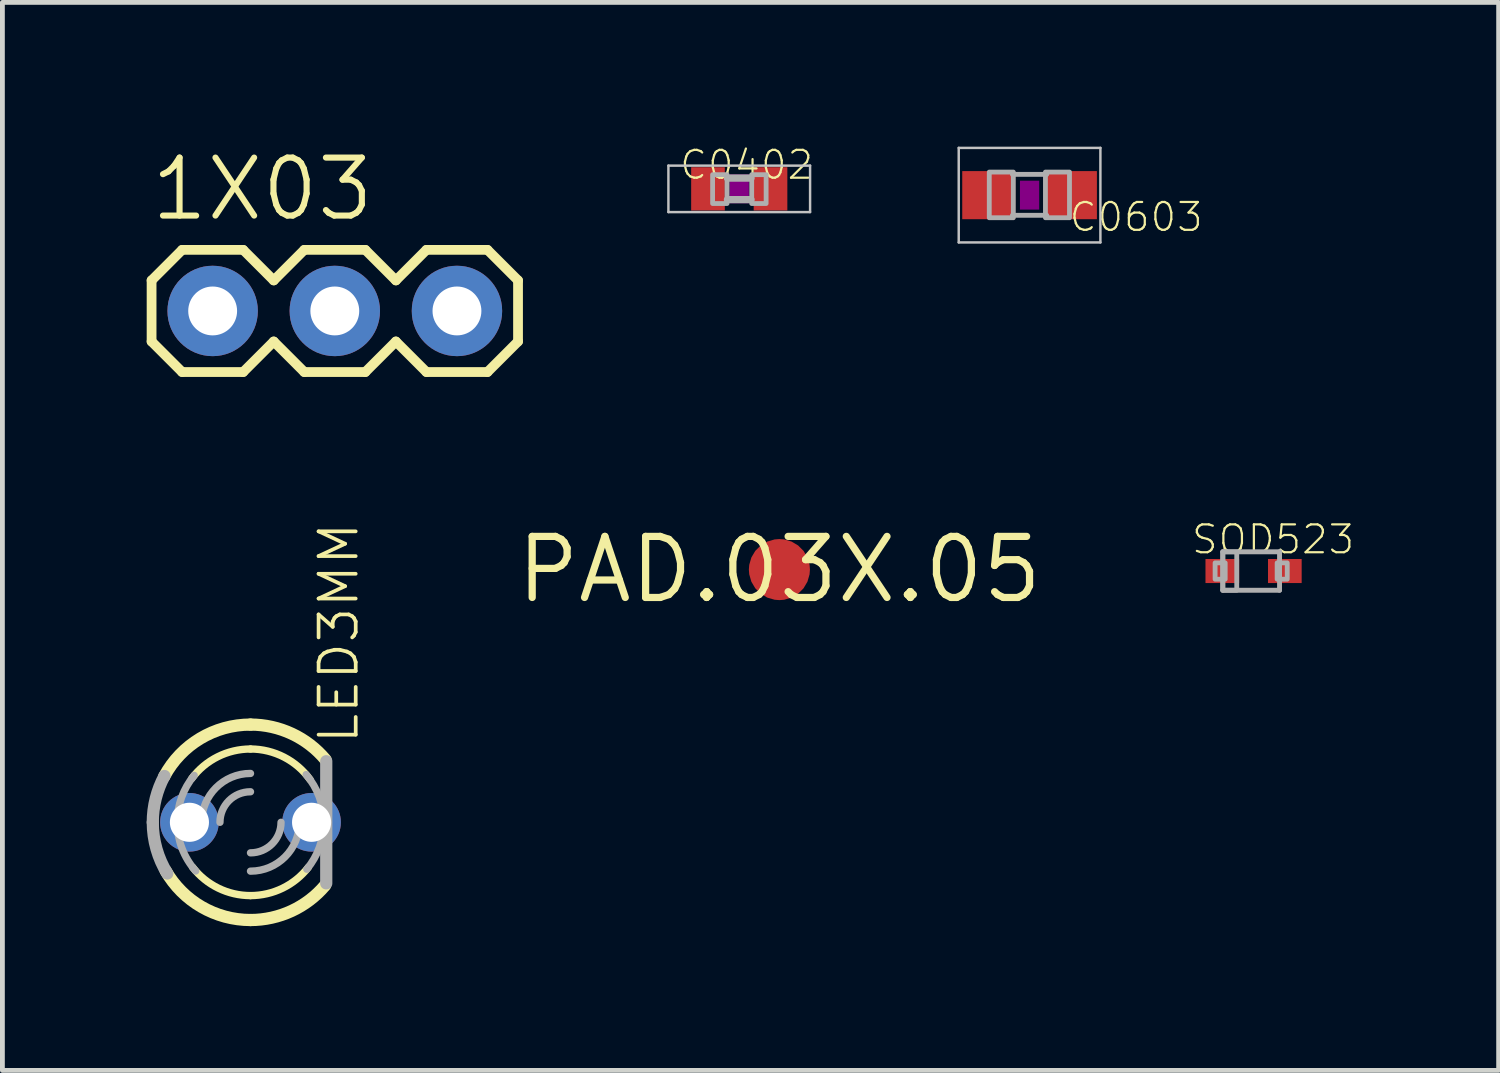
<source format=kicad_pcb>
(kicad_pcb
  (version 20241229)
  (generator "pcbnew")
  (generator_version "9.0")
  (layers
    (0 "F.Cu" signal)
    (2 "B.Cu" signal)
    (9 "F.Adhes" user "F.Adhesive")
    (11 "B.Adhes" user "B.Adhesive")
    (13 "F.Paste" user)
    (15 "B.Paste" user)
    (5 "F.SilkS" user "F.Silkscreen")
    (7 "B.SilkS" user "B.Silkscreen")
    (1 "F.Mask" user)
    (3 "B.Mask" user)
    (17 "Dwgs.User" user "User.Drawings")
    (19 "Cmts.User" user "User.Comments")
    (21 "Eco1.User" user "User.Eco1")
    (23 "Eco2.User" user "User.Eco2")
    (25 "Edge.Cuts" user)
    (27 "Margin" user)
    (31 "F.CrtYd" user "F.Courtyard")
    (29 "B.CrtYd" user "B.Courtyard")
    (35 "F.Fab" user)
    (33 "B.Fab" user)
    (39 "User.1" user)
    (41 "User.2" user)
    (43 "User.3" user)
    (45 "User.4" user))
  (footprint "1X03"
    (layer "F.Cu")
    (at 1.372 3.416)
    (property "Reference" "1X03" (at -1.346 -1.829 0) (layer "F.SilkS") (effects (font (size 1.206 1.206) (thickness 0.127)) (justify left bottom)))
    (attr through_hole)
    (fp_line (start -1.27 -0.635) (end -1.27 0.635) (stroke (width 0.203) (type solid)) (layer "F.SilkS"))
    (fp_line (start -1.27 0.635) (end -0.635 1.27) (stroke (width 0.203) (type solid)) (layer "F.SilkS"))
    (fp_line (start -0.635 -1.27) (end -1.27 -0.635) (stroke (width 0.203) (type solid)) (layer "F.SilkS"))
    (fp_line (start -0.635 -1.27) (end 0.635 -1.27) (stroke (width 0.203) (type solid)) (layer "F.SilkS"))
    (fp_line (start 0.635 -1.27) (end 1.27 -0.635) (stroke (width 0.203) (type solid)) (layer "F.SilkS"))
    (fp_line (start 0.635 1.27) (end -0.635 1.27) (stroke (width 0.203) (type solid)) (layer "F.SilkS"))
    (fp_line (start 1.27 -0.635) (end 1.905 -1.27) (stroke (width 0.203) (type solid)) (layer "F.SilkS"))
    (fp_line (start 1.27 0.635) (end 0.635 1.27) (stroke (width 0.203) (type solid)) (layer "F.SilkS"))
    (fp_line (start 1.905 -1.27) (end 3.175 -1.27) (stroke (width 0.203) (type solid)) (layer "F.SilkS"))
    (fp_line (start 1.905 1.27) (end 1.27 0.635) (stroke (width 0.203) (type solid)) (layer "F.SilkS"))
    (fp_line (start 3.175 -1.27) (end 3.81 -0.635) (stroke (width 0.203) (type solid)) (layer "F.SilkS"))
    (fp_line (start 3.175 1.27) (end 1.905 1.27) (stroke (width 0.203) (type solid)) (layer "F.SilkS"))
    (fp_line (start 3.81 -0.635) (end 4.445 -1.27) (stroke (width 0.203) (type solid)) (layer "F.SilkS"))
    (fp_line (start 3.81 0.635) (end 3.175 1.27) (stroke (width 0.203) (type solid)) (layer "F.SilkS"))
    (fp_line (start 4.445 -1.27) (end 5.715 -1.27) (stroke (width 0.203) (type solid)) (layer "F.SilkS"))
    (fp_line (start 4.445 1.27) (end 3.81 0.635) (stroke (width 0.203) (type solid)) (layer "F.SilkS"))
    (fp_line (start 5.715 -1.27) (end 6.35 -0.635) (stroke (width 0.203) (type solid)) (layer "F.SilkS"))
    (fp_line (start 5.715 1.27) (end 4.445 1.27) (stroke (width 0.203) (type solid)) (layer "F.SilkS"))
    (fp_line (start 6.35 -0.635) (end 6.35 0.635) (stroke (width 0.203) (type solid)) (layer "F.SilkS"))
    (fp_line (start 6.35 0.635) (end 5.715 1.27) (stroke (width 0.203) (type solid)) (layer "F.SilkS"))
    (fp_poly (pts (xy -0.254 0.254) (xy 0.254 0.254) (xy 0.254 -0.254) (xy -0.254 -0.254)) (stroke (width 0.1) (type solid)) (fill no) (layer "F.Fab"))
    (fp_poly (pts (xy 2.286 0.254) (xy 2.794 0.254) (xy 2.794 -0.254) (xy 2.286 -0.254)) (stroke (width 0.1) (type solid)) (fill no) (layer "F.Fab"))
    (fp_poly (pts (xy 4.826 0.254) (xy 5.334 0.254) (xy 5.334 -0.254) (xy 4.826 -0.254)) (stroke (width 0.1) (type solid)) (fill no) (layer "F.Fab"))
    (pad "1" thru_hole circle (at 0 0 90) (size 1.88 1.88) (drill 1.016) (layers "*.Cu" "*.Mask"))
    (pad "2" thru_hole circle (at 2.54 0 90) (size 1.88 1.88) (drill 1.016) (layers "*.Cu" "*.Mask"))
    (pad "3" thru_hole circle (at 5.08 0 90) (size 1.88 1.88) (drill 1.016) (layers "*.Cu" "*.Mask")))
  (footprint "LED3MM"
    (layer "F.Cu")
    (at 2.159 14.049)
    (property "Reference" "LED3MM" (at 2.286 -1.588 270) (layer "F.SilkS") (effects (font (size 0.772 0.772) (thickness 0.077)) (justify left bottom)))
    (attr through_hole)
    (fp_arc (start -1.7929 -0.9562) (mid -1.045438 -1.7424) (end 0 -2.032) (stroke (width 0.254) (type solid)) (layer "F.SilkS"))
    (fp_arc (start -1.2192 -0.9144) (mid -0.681554 -1.363107) (end 0 -1.524) (stroke (width 0.1524) (type solid)) (layer "F.SilkS"))
    (fp_arc (start 0 -2.032) (mid 0.861864 -1.840173) (end 1.561 -1.3009) (stroke (width 0.254) (type solid)) (layer "F.SilkS"))
    (fp_arc (start 0 -1.524) (mid 0.697339 -1.355082) (end 1.2401 -0.885801) (stroke (width 0.1524) (type solid)) (layer "F.SilkS"))
    (fp_arc (start 0 1.524) (mid -0.669593 1.369018) (end -1.203 0.9356) (stroke (width 0.1524) (type solid)) (layer "F.SilkS"))
    (fp_arc (start 0 2.032) (mid -1.019924 1.757525) (end -1.7643 1.0082) (stroke (width 0.254) (type solid)) (layer "F.SilkS"))
    (fp_arc (start 1.203 0.9356) (mid 0.669593 1.369018) (end 0 1.524) (stroke (width 0.1524) (type solid)) (layer "F.SilkS"))
    (fp_arc (start 1.5512 1.3126) (mid 0.854953 1.843405) (end 0 2.032) (stroke (width 0.254) (type solid)) (layer "F.SilkS"))
    (fp_line (start 1.575 1.27) (end 1.575 -1.27) (stroke (width 0.254) (type solid)) (layer "F.Fab"))
    (fp_arc (start -2.032 0) (mid -1.970339 -0.496775) (end -1.7891 -0.9634) (stroke (width 0.254) (type solid)) (layer "F.Fab"))
    (fp_arc (start -1.7306 1.065) (mid -1.95521 0.553417) (end -2.032 0) (stroke (width 0.254) (type solid)) (layer "F.Fab"))
    (fp_arc (start -1.524 0) (mid -1.432981 -0.518783) (end -1.1708 -0.9756) (stroke (width 0.1524) (type solid)) (layer "F.Fab"))
    (fp_arc (start -1.1391 1.0125) (mid -1.42454 0.5416) (end -1.524 0) (stroke (width 0.1524) (type solid)) (layer "F.Fab"))
    (fp_arc (start -1.016 0) (mid -0.71842 -0.71842) (end 0 -1.016) (stroke (width 0.1524) (type solid)) (layer "F.Fab"))
    (fp_arc (start -0.635 0) (mid -0.449013 -0.449013) (end 0 -0.635) (stroke (width 0.1524) (type solid)) (layer "F.Fab"))
    (fp_arc (start 0.635 0) (mid 0.449013 0.449013) (end 0 0.635) (stroke (width 0.1524) (type solid)) (layer "F.Fab"))
    (fp_arc (start 1.016 0) (mid 0.71842 0.71842) (end 0 1.016) (stroke (width 0.1524) (type solid)) (layer "F.Fab"))
    (fp_arc (start 1.1571 -0.9918) (mid 1.429332 -0.528744) (end 1.524 0) (stroke (width 0.1524) (type solid)) (layer "F.Fab"))
    (fp_arc (start 1.524 0) (mid 1.432981 0.518783) (end 1.1708 0.9756) (stroke (width 0.1524) (type solid)) (layer "F.Fab"))
    (pad "A" thru_hole circle (at -1.27 0) (size 1.219 1.219) (drill 0.813) (layers "*.Cu" "*.Mask"))
    (pad "K" thru_hole circle (at 1.27 0) (size 1.219 1.219) (drill 0.813) (layers "*.Cu" "*.Mask")))
  (footprint "SOD523"
    (layer "F.Cu")
    (at 22.967 8.824)
    (property "Reference" "SOD523" (at -1.27 -0.318 0) (layer "F.SilkS") (effects (font (size 0.579 0.579) (thickness 0.046)) (justify left bottom)))
    (attr through_hole)
    (fp_line (start -0.59 -0.4) (end 0.59 -0.4) (stroke (width 0.102) (type solid)) (layer "F.Fab"))
    (fp_line (start -0.59 0.4) (end -0.59 -0.4) (stroke (width 0.102) (type solid)) (layer "F.Fab"))
    (fp_line (start 0.59 -0.4) (end 0.59 0.4) (stroke (width 0.102) (type solid)) (layer "F.Fab"))
    (fp_line (start 0.59 0.4) (end -0.59 0.4) (stroke (width 0.102) (type solid)) (layer "F.Fab"))
    (fp_poly (pts (xy -0.75 0.17) (xy -0.54 0.17) (xy -0.54 -0.17) (xy -0.75 -0.17)) (stroke (width 0.1) (type solid)) (fill no) (layer "F.Fab"))
    (fp_poly (pts (xy -0.59 0.4) (xy -0.3 0.4) (xy -0.3 -0.4) (xy -0.59 -0.4)) (stroke (width 0.1) (type solid)) (fill no) (layer "F.Fab"))
    (fp_poly (pts (xy 0.54 0.17) (xy 0.75 0.17) (xy 0.75 -0.17) (xy 0.54 -0.17)) (stroke (width 0.1) (type solid)) (fill no) (layer "F.Fab"))
    (pad "A" smd rect (at 0.7 0) (size 0.7 0.5) (layers "F.Cu" "F.Mask" "F.Paste"))
    (pad "C" smd rect (at -0.6 0) (size 0.7 0.5) (layers "F.Cu" "F.Mask" "F.Paste")))
  (footprint "C0603"
    (layer "F.Cu")
    (at 18.359 1.008)
    (property "Reference" "C0603" (at 0.794 0.794 0) (layer "F.SilkS") (effects (font (size 0.579 0.579) (thickness 0.046)) (justify left bottom)))
    (attr through_hole)
    (fp_poly (pts (xy -0.2 0.3) (xy 0.2 0.3) (xy 0.2 -0.3) (xy -0.2 -0.3)) (stroke (width 0) (type solid)) (fill yes) (layer "F.Adhes"))
    (fp_line (start -1.473 -0.983) (end 1.473 -0.983) (stroke (width 0.051) (type solid)) (layer "Dwgs.User"))
    (fp_line (start -1.473 0.983) (end -1.473 -0.983) (stroke (width 0.051) (type solid)) (layer "Dwgs.User"))
    (fp_line (start 1.473 -0.983) (end 1.473 0.983) (stroke (width 0.051) (type solid)) (layer "Dwgs.User"))
    (fp_line (start 1.473 0.983) (end -1.473 0.983) (stroke (width 0.051) (type solid)) (layer "Dwgs.User"))
    (fp_line (start -0.356 -0.432) (end 0.356 -0.432) (stroke (width 0.102) (type solid)) (layer "F.Fab"))
    (fp_line (start -0.356 0.419) (end 0.356 0.419) (stroke (width 0.102) (type solid)) (layer "F.Fab"))
    (fp_poly (pts (xy -0.838 0.47) (xy -0.338 0.47) (xy -0.338 -0.48) (xy -0.838 -0.48)) (stroke (width 0.1) (type solid)) (fill no) (layer "F.Fab"))
    (fp_poly (pts (xy 0.33 0.47) (xy 0.83 0.47) (xy 0.83 -0.48) (xy 0.33 -0.48)) (stroke (width 0.1) (type solid)) (fill no) (layer "F.Fab"))
    (pad "1" smd rect (at -0.85 0) (size 1.1 1) (layers "F.Cu" "F.Mask" "F.Paste"))
    (pad "2" smd rect (at 0.85 0) (size 1.1 1) (layers "F.Cu" "F.Mask" "F.Paste")))
  (footprint "PAD.03X.05"
    (layer "F.Cu")
    (at 13.157 8.794)
    (property "Reference" "PAD.03X.05" (at 0 0 0) (layer "F.SilkS") (effects (font (size 1.27 1.27) (thickness 0.15))))
    (attr through_hole)
    (pad "P$1" smd roundrect (at 0 0) (size 1.27 1.27) (layers "F.Cu" "F.Mask") (roundrect_rratio 0.5)))
  (footprint "C0402"
    (layer "F.Cu")
    (at 12.322 0.877)
    (property "Reference" "C0402" (at -1.27 -0.159 180) (layer "F.SilkS") (effects (font (size 0.579 0.579) (thickness 0.046)) (justify left bottom)))
    (attr through_hole)
    (fp_poly (pts (xy -0.2 0.3) (xy 0.2 0.3) (xy 0.2 -0.3) (xy -0.2 -0.3)) (stroke (width 0) (type solid)) (fill yes) (layer "F.Adhes"))
    (fp_line (start -1.473 -0.483) (end 1.473 -0.483) (stroke (width 0.051) (type solid)) (layer "Dwgs.User"))
    (fp_line (start -1.473 0.483) (end -1.473 -0.483) (stroke (width 0.051) (type solid)) (layer "Dwgs.User"))
    (fp_line (start 1.473 -0.483) (end 1.473 0.483) (stroke (width 0.051) (type solid)) (layer "Dwgs.User"))
    (fp_line (start 1.473 0.483) (end -1.473 0.483) (stroke (width 0.051) (type solid)) (layer "Dwgs.User"))
    (fp_line (start -0.245 -0.224) (end 0.245 -0.224) (stroke (width 0.152) (type solid)) (layer "F.Fab"))
    (fp_line (start 0.245 0.224) (end -0.245 0.224) (stroke (width 0.152) (type solid)) (layer "F.Fab"))
    (fp_poly (pts (xy -0.554 0.305) (xy -0.254 0.305) (xy -0.254 -0.295) (xy -0.554 -0.295)) (stroke (width 0.1) (type solid)) (fill no) (layer "F.Fab"))
    (fp_poly (pts (xy 0.259 0.305) (xy 0.559 0.305) (xy 0.559 -0.295) (xy 0.259 -0.295)) (stroke (width 0.1) (type solid)) (fill no) (layer "F.Fab"))
    (pad "1" smd rect (at -0.65 0) (size 0.7 0.9) (layers "F.Cu" "F.Mask" "F.Paste"))
    (pad "2" smd rect (at 0.65 0) (size 0.7 0.9) (layers "F.Cu" "F.Mask" "F.Paste")))
  (gr_rect
    (start -3 -3)
    (end 28.113 19.208)
    (stroke (width 0.1) (type default))
    (fill no)
    (layer "Edge.Cuts")))
</source>
